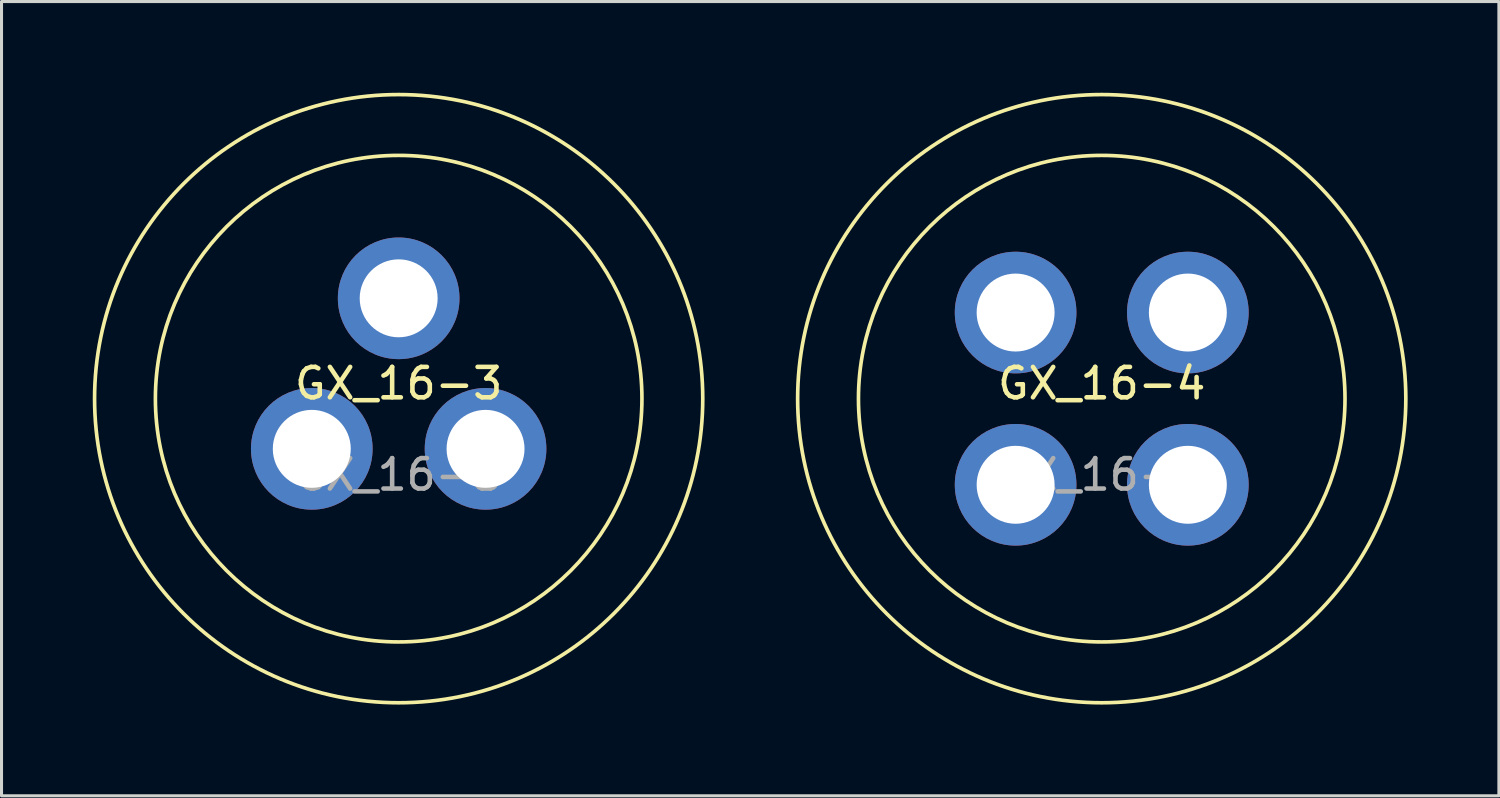
<source format=kicad_pcb>
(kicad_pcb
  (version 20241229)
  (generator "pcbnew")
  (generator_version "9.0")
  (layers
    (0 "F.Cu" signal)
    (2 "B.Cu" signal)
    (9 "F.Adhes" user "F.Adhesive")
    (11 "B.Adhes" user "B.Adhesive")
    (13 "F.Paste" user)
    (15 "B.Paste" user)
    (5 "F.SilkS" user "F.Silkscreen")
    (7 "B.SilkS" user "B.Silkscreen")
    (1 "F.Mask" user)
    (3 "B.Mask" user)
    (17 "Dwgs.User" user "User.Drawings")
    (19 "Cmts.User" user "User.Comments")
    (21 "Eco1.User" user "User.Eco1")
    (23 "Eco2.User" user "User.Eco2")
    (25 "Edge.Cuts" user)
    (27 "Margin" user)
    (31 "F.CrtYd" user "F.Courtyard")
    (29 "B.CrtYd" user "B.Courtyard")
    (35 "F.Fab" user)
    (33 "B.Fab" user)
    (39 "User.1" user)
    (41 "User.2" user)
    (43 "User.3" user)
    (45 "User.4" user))
  (footprint "GX_16-4"
    (layer "F.Cu")
    (at 33.18 10.06)
    (property "Reference" "GX_16-4" (at 0 -0.5 0) (unlocked yes) (layer "F.SilkS") (effects (font (size 1 1) (thickness 0.15))))
    (attr through_hole)
    (fp_circle (center 0 0) (end 8 0) (stroke (width 0.12) (type solid)) (fill no) (layer "F.SilkS"))
    (fp_circle (center 0 0) (end 10 0) (stroke (width 0.12) (type solid)) (fill no) (layer "F.SilkS"))
    (fp_text user "${REFERENCE}" (at 0 2.5 0) (unlocked yes) (layer "F.Fab") (effects (font (size 1 1) (thickness 0.15))))
    (pad "1" thru_hole circle (at -2.832 -2.832) (size 4 4) (drill 2.563) (layers "*.Cu" "*.Mask"))
    (pad "2" thru_hole circle (at -2.832 2.832) (size 4 4) (drill 2.563) (layers "*.Cu" "*.Mask"))
    (pad "3" thru_hole circle (at 2.832 2.832) (size 4 4) (drill 2.563) (layers "*.Cu" "*.Mask"))
    (pad "4" thru_hole circle (at 2.832 -2.832) (size 4 4) (drill 2.563) (layers "*.Cu" "*.Mask")))
  (footprint "GX_16-3"
    (layer "F.Cu")
    (at 10.06 10.06)
    (property "Reference" "GX_16-3" (at 0 -0.5 0) (unlocked yes) (layer "F.SilkS") (effects (font (size 1 1) (thickness 0.15))))
    (attr through_hole)
    (fp_circle (center 0 0) (end 8 0) (stroke (width 0.12) (type solid)) (fill no) (layer "F.SilkS"))
    (fp_circle (center 0 0) (end 10 0) (stroke (width 0.12) (type solid)) (fill no) (layer "F.SilkS"))
    (fp_text user "${REFERENCE}" (at 0 2.5 0) (unlocked yes) (layer "F.Fab") (effects (font (size 1 1) (thickness 0.15))))
    (pad "1" thru_hole circle (at 0 -3.3) (size 4 4) (drill 2.563) (layers "*.Cu" "*.Mask"))
    (pad "2" thru_hole circle (at -2.857 1.65) (size 4 4) (drill 2.563) (layers "*.Cu" "*.Mask"))
    (pad "3" thru_hole circle (at 2.857 1.65) (size 4 4) (drill 2.563) (layers "*.Cu" "*.Mask")))
  (gr_rect
    (start -3 -3)
    (end 46.24 23.12)
    (stroke (width 0.1) (type default))
    (fill no)
    (layer "Edge.Cuts")))
</source>
